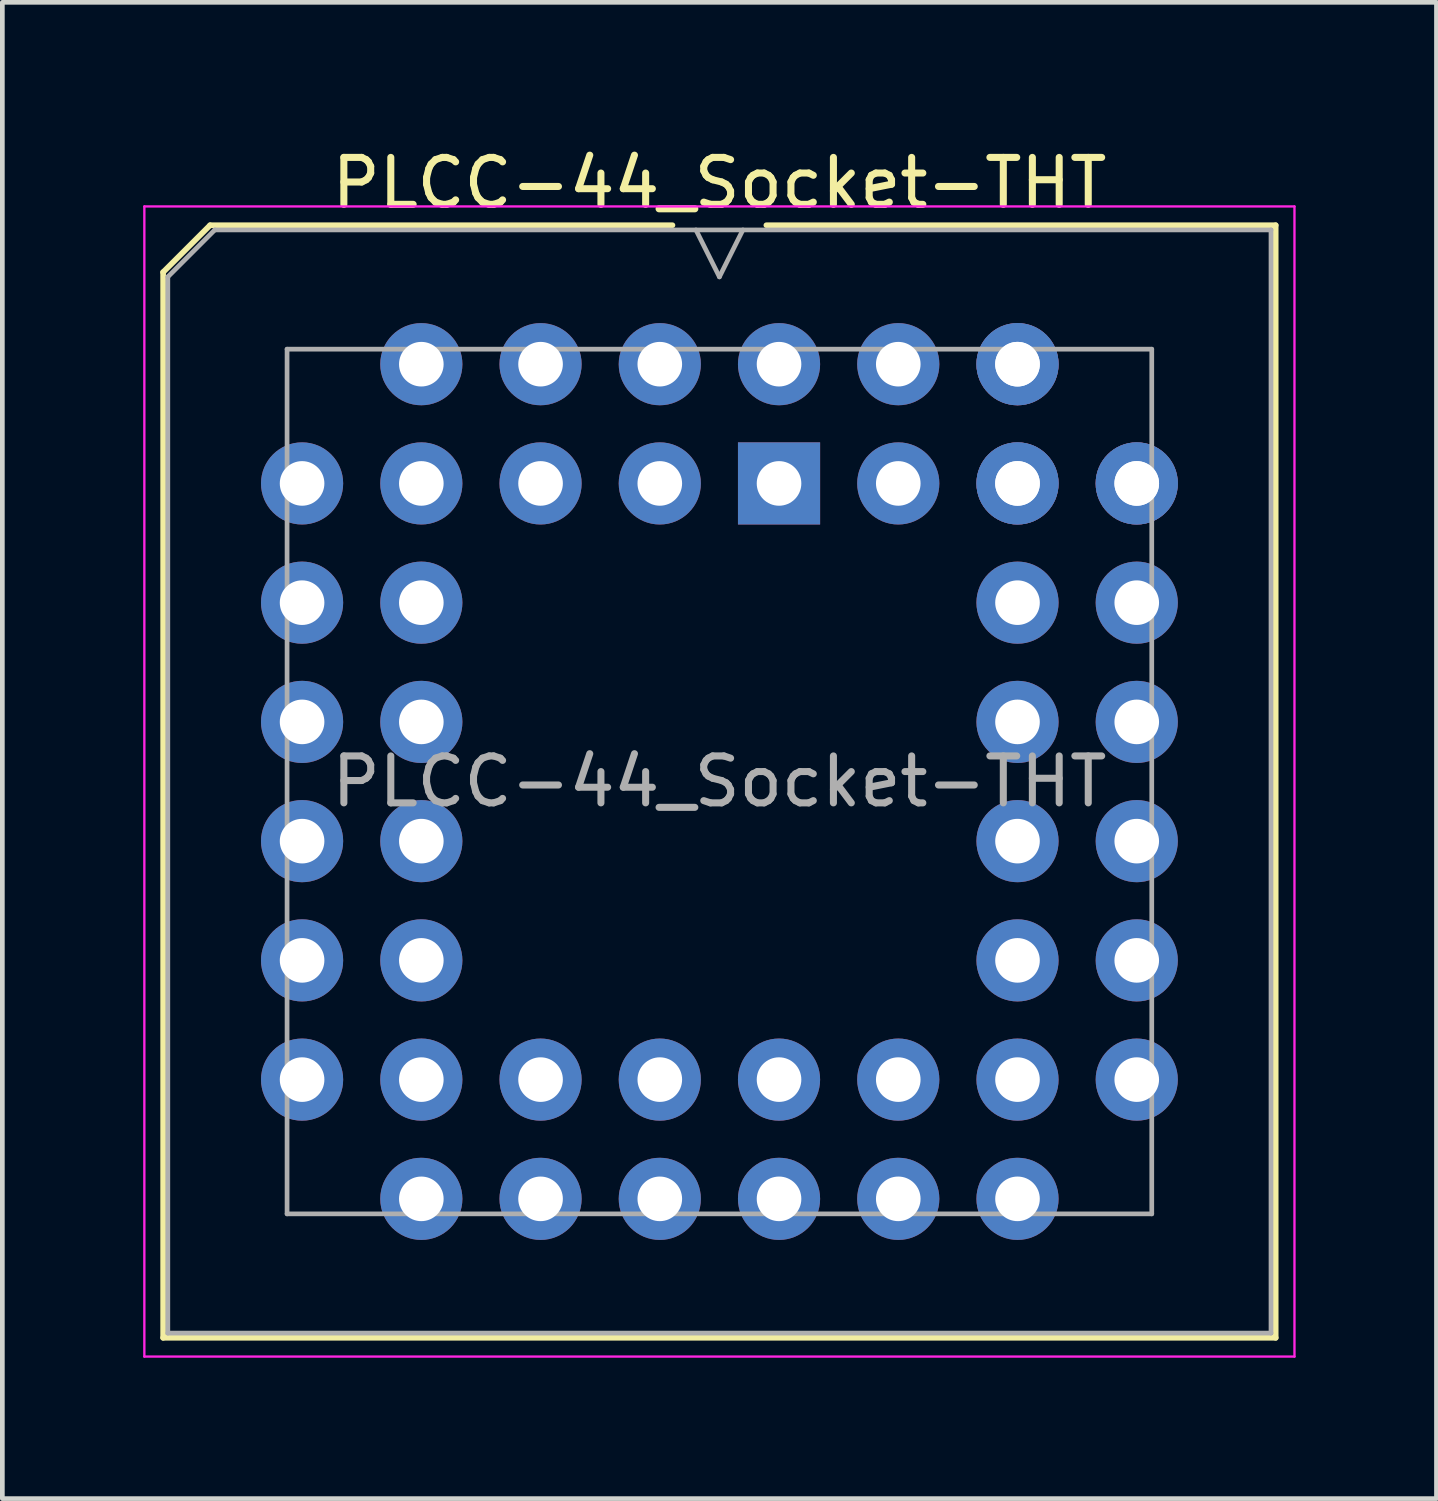
<source format=kicad_pcb>
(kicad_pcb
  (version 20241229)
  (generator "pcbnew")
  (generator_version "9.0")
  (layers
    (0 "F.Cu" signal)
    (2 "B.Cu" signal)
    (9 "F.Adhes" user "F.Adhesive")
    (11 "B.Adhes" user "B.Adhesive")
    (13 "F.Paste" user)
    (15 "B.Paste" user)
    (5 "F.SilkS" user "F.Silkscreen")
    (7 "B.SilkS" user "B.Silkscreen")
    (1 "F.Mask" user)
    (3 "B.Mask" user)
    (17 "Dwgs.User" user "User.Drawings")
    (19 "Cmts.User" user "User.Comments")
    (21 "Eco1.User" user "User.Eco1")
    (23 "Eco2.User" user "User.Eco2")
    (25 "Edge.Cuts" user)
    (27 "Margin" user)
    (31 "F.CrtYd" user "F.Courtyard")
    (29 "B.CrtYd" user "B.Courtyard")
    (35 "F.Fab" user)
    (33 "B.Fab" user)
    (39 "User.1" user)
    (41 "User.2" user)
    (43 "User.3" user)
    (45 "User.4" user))
  (footprint "PLCC-44_Socket-THT"
    (layer "F.Cu")
    (at 13.545 7.248)
    (property "Reference" "PLCC-44_Socket-THT" (at -1.27 -6.4 0) (layer "F.SilkS") (effects (font (size 1 1) (thickness 0.15))))
    (attr through_hole)
    (fp_line (start -13.12 -4.5) (end -13.12 18.2) (stroke (width 0.12) (type solid)) (layer "F.SilkS"))
    (fp_line (start -13.12 18.2) (end 10.58 18.2) (stroke (width 0.12) (type solid)) (layer "F.SilkS"))
    (fp_line (start -12.12 -5.5) (end -13.12 -4.5) (stroke (width 0.12) (type solid)) (layer "F.SilkS"))
    (fp_line (start -2.27 -5.5) (end -12.12 -5.5) (stroke (width 0.12) (type solid)) (layer "F.SilkS"))
    (fp_line (start 10.58 -5.5) (end -0.27 -5.5) (stroke (width 0.12) (type solid)) (layer "F.SilkS"))
    (fp_line (start 10.58 18.2) (end 10.58 -5.5) (stroke (width 0.12) (type solid)) (layer "F.SilkS"))
    (fp_line (start -13.52 -5.9) (end -13.52 18.6) (stroke (width 0.05) (type solid)) (layer "F.CrtYd"))
    (fp_line (start -13.52 18.6) (end 10.98 18.6) (stroke (width 0.05) (type solid)) (layer "F.CrtYd"))
    (fp_line (start 10.98 -5.9) (end -13.52 -5.9) (stroke (width 0.05) (type solid)) (layer "F.CrtYd"))
    (fp_line (start 10.98 18.6) (end 10.98 -5.9) (stroke (width 0.05) (type solid)) (layer "F.CrtYd"))
    (fp_line (start -13.02 -4.4) (end -13.02 18.1) (stroke (width 0.1) (type solid)) (layer "F.Fab"))
    (fp_line (start -13.02 18.1) (end 10.48 18.1) (stroke (width 0.1) (type solid)) (layer "F.Fab"))
    (fp_line (start -12.02 -5.4) (end -13.02 -4.4) (stroke (width 0.1) (type solid)) (layer "F.Fab"))
    (fp_line (start -10.48 -2.86) (end -10.48 15.56) (stroke (width 0.1) (type solid)) (layer "F.Fab"))
    (fp_line (start -10.48 15.56) (end 7.94 15.56) (stroke (width 0.1) (type solid)) (layer "F.Fab"))
    (fp_line (start -1.77 -5.4) (end -1.27 -4.4) (stroke (width 0.1) (type solid)) (layer "F.Fab"))
    (fp_line (start -1.27 -4.4) (end -0.77 -5.4) (stroke (width 0.1) (type solid)) (layer "F.Fab"))
    (fp_line (start 7.94 -2.86) (end -10.48 -2.86) (stroke (width 0.1) (type solid)) (layer "F.Fab"))
    (fp_line (start 7.94 15.56) (end 7.94 -2.86) (stroke (width 0.1) (type solid)) (layer "F.Fab"))
    (fp_line (start 10.48 -5.4) (end -12.02 -5.4) (stroke (width 0.1) (type solid)) (layer "F.Fab"))
    (fp_line (start 10.48 18.1) (end 10.48 -5.4) (stroke (width 0.1) (type solid)) (layer "F.Fab"))
    (fp_text user "${REFERENCE}" (at -1.27 6.35 0) (layer "F.Fab") (effects (font (size 1 1) (thickness 0.15))))
    (pad "1" thru_hole rect (at 0 0) (size 1.75 1.75) (drill 0.95) (layers "*.Cu" "*.Mask"))
    (pad "2" thru_hole circle (at -2.54 -2.54) (size 1.75 1.75) (drill 0.95) (layers "*.Cu" "*.Mask"))
    (pad "3" thru_hole circle (at -2.54 0) (size 1.75 1.75) (drill 0.95) (layers "*.Cu" "*.Mask"))
    (pad "4" thru_hole circle (at -5.08 -2.54) (size 1.75 1.75) (drill 0.95) (layers "*.Cu" "*.Mask"))
    (pad "5" thru_hole circle (at -5.08 0) (size 1.75 1.75) (drill 0.95) (layers "*.Cu" "*.Mask"))
    (pad "6" thru_hole circle (at -7.62 -2.54) (size 1.75 1.75) (drill 0.95) (layers "*.Cu" "*.Mask"))
    (pad "7" thru_hole circle (at -10.16 0) (size 1.75 1.75) (drill 0.95) (layers "*.Cu" "*.Mask"))
    (pad "8" thru_hole circle (at -7.62 0) (size 1.75 1.75) (drill 0.95) (layers "*.Cu" "*.Mask"))
    (pad "9" thru_hole circle (at -10.16 2.54) (size 1.75 1.75) (drill 0.95) (layers "*.Cu" "*.Mask"))
    (pad "10" thru_hole circle (at -7.62 2.54) (size 1.75 1.75) (drill 0.95) (layers "*.Cu" "*.Mask"))
    (pad "11" thru_hole circle (at -10.16 5.08) (size 1.75 1.75) (drill 0.95) (layers "*.Cu" "*.Mask"))
    (pad "12" thru_hole circle (at -7.62 5.08) (size 1.75 1.75) (drill 0.95) (layers "*.Cu" "*.Mask"))
    (pad "13" thru_hole circle (at -10.16 7.62) (size 1.75 1.75) (drill 0.95) (layers "*.Cu" "*.Mask"))
    (pad "14" thru_hole circle (at -7.62 7.62) (size 1.75 1.75) (drill 0.95) (layers "*.Cu" "*.Mask"))
    (pad "15" thru_hole circle (at -10.16 10.16) (size 1.75 1.75) (drill 0.95) (layers "*.Cu" "*.Mask"))
    (pad "16" thru_hole circle (at -7.62 10.16) (size 1.75 1.75) (drill 0.95) (layers "*.Cu" "*.Mask"))
    (pad "17" thru_hole circle (at -10.16 12.7) (size 1.75 1.75) (drill 0.95) (layers "*.Cu" "*.Mask"))
    (pad "18" thru_hole circle (at -7.62 15.24) (size 1.75 1.75) (drill 0.95) (layers "*.Cu" "*.Mask"))
    (pad "19" thru_hole circle (at -7.62 12.7) (size 1.75 1.75) (drill 0.95) (layers "*.Cu" "*.Mask"))
    (pad "20" thru_hole circle (at -5.08 15.24) (size 1.75 1.75) (drill 0.95) (layers "*.Cu" "*.Mask"))
    (pad "21" thru_hole circle (at -5.08 12.7) (size 1.75 1.75) (drill 0.95) (layers "*.Cu" "*.Mask"))
    (pad "22" thru_hole circle (at -2.54 15.24) (size 1.75 1.75) (drill 0.95) (layers "*.Cu" "*.Mask"))
    (pad "23" thru_hole circle (at -2.54 12.7) (size 1.75 1.75) (drill 0.95) (layers "*.Cu" "*.Mask"))
    (pad "24" thru_hole circle (at 0 15.24) (size 1.75 1.75) (drill 0.95) (layers "*.Cu" "*.Mask"))
    (pad "25" thru_hole circle (at 0 12.7) (size 1.75 1.75) (drill 0.95) (layers "*.Cu" "*.Mask"))
    (pad "26" thru_hole circle (at 2.54 15.24) (size 1.75 1.75) (drill 0.95) (layers "*.Cu" "*.Mask"))
    (pad "27" thru_hole circle (at 2.54 12.7) (size 1.75 1.75) (drill 0.95) (layers "*.Cu" "*.Mask"))
    (pad "28" thru_hole circle (at 5.08 15.24) (size 1.75 1.75) (drill 0.95) (layers "*.Cu" "*.Mask"))
    (pad "29" thru_hole circle (at 5.08 12.7) (size 1.75 1.75) (drill 0.95) (layers "*.Cu" "*.Mask"))
    (pad "29" thru_hole circle (at 7.62 12.7) (size 1.75 1.75) (drill 0.95) (layers "*.Cu" "*.Mask"))
    (pad "30" thru_hole circle (at 5.08 10.16) (size 1.75 1.75) (drill 0.95) (layers "*.Cu" "*.Mask"))
    (pad "31" thru_hole circle (at 7.62 10.16) (size 1.75 1.75) (drill 0.95) (layers "*.Cu" "*.Mask"))
    (pad "32" thru_hole circle (at 5.08 7.62) (size 1.75 1.75) (drill 0.95) (layers "*.Cu" "*.Mask"))
    (pad "33" thru_hole circle (at 7.62 7.62) (size 1.75 1.75) (drill 0.95) (layers "*.Cu" "*.Mask"))
    (pad "34" thru_hole circle (at 5.08 5.08) (size 1.75 1.75) (drill 0.95) (layers "*.Cu" "*.Mask"))
    (pad "35" thru_hole circle (at 7.62 5.08) (size 1.75 1.75) (drill 0.95) (layers "*.Cu" "*.Mask"))
    (pad "36" thru_hole circle (at 5.08 2.54) (size 1.75 1.75) (drill 0.95) (layers "*.Cu" "*.Mask"))
    (pad "37" thru_hole circle (at 7.62 2.54) (size 1.75 1.75) (drill 0.95) (layers "*.Cu" "*.Mask"))
    (pad "38" thru_hole circle (at 5.08 0) (size 1.75 1.75) (drill 0.95) (layers "*.Cu" "*.Mask"))
    (pad "39" thru_hole circle (at 7.62 0) (size 1.75 1.75) (drill 0.95) (layers "*.Cu" "*.Mask"))
    (pad "39" thru_hole circle (at 7.62 0) (size 1.75 1.75) (drill 0.95) (layers "*.Cu" "*.Mask"))
    (pad "40" thru_hole circle (at 5.08 -2.54) (size 1.75 1.75) (drill 0.95) (layers "*.Cu" "*.Mask"))
    (pad "40" thru_hole circle (at 5.08 -2.54) (size 1.75 1.75) (drill 0.95) (layers "*.Cu" "*.Mask"))
    (pad "41" thru_hole circle (at 5.08 0) (size 1.75 1.75) (drill 0.95) (layers "*.Cu" "*.Mask"))
    (pad "42" thru_hole circle (at 2.54 -2.54) (size 1.75 1.75) (drill 0.95) (layers "*.Cu" "*.Mask"))
    (pad "43" thru_hole circle (at 2.54 0) (size 1.75 1.75) (drill 0.95) (layers "*.Cu" "*.Mask"))
    (pad "44" thru_hole circle (at 0 -2.54) (size 1.75 1.75) (drill 0.95) (layers "*.Cu" "*.Mask")))
  (gr_rect
    (start -3 -3)
    (end 27.55 28.873)
    (stroke (width 0.1) (type default))
    (fill no)
    (layer "Edge.Cuts")))
</source>
